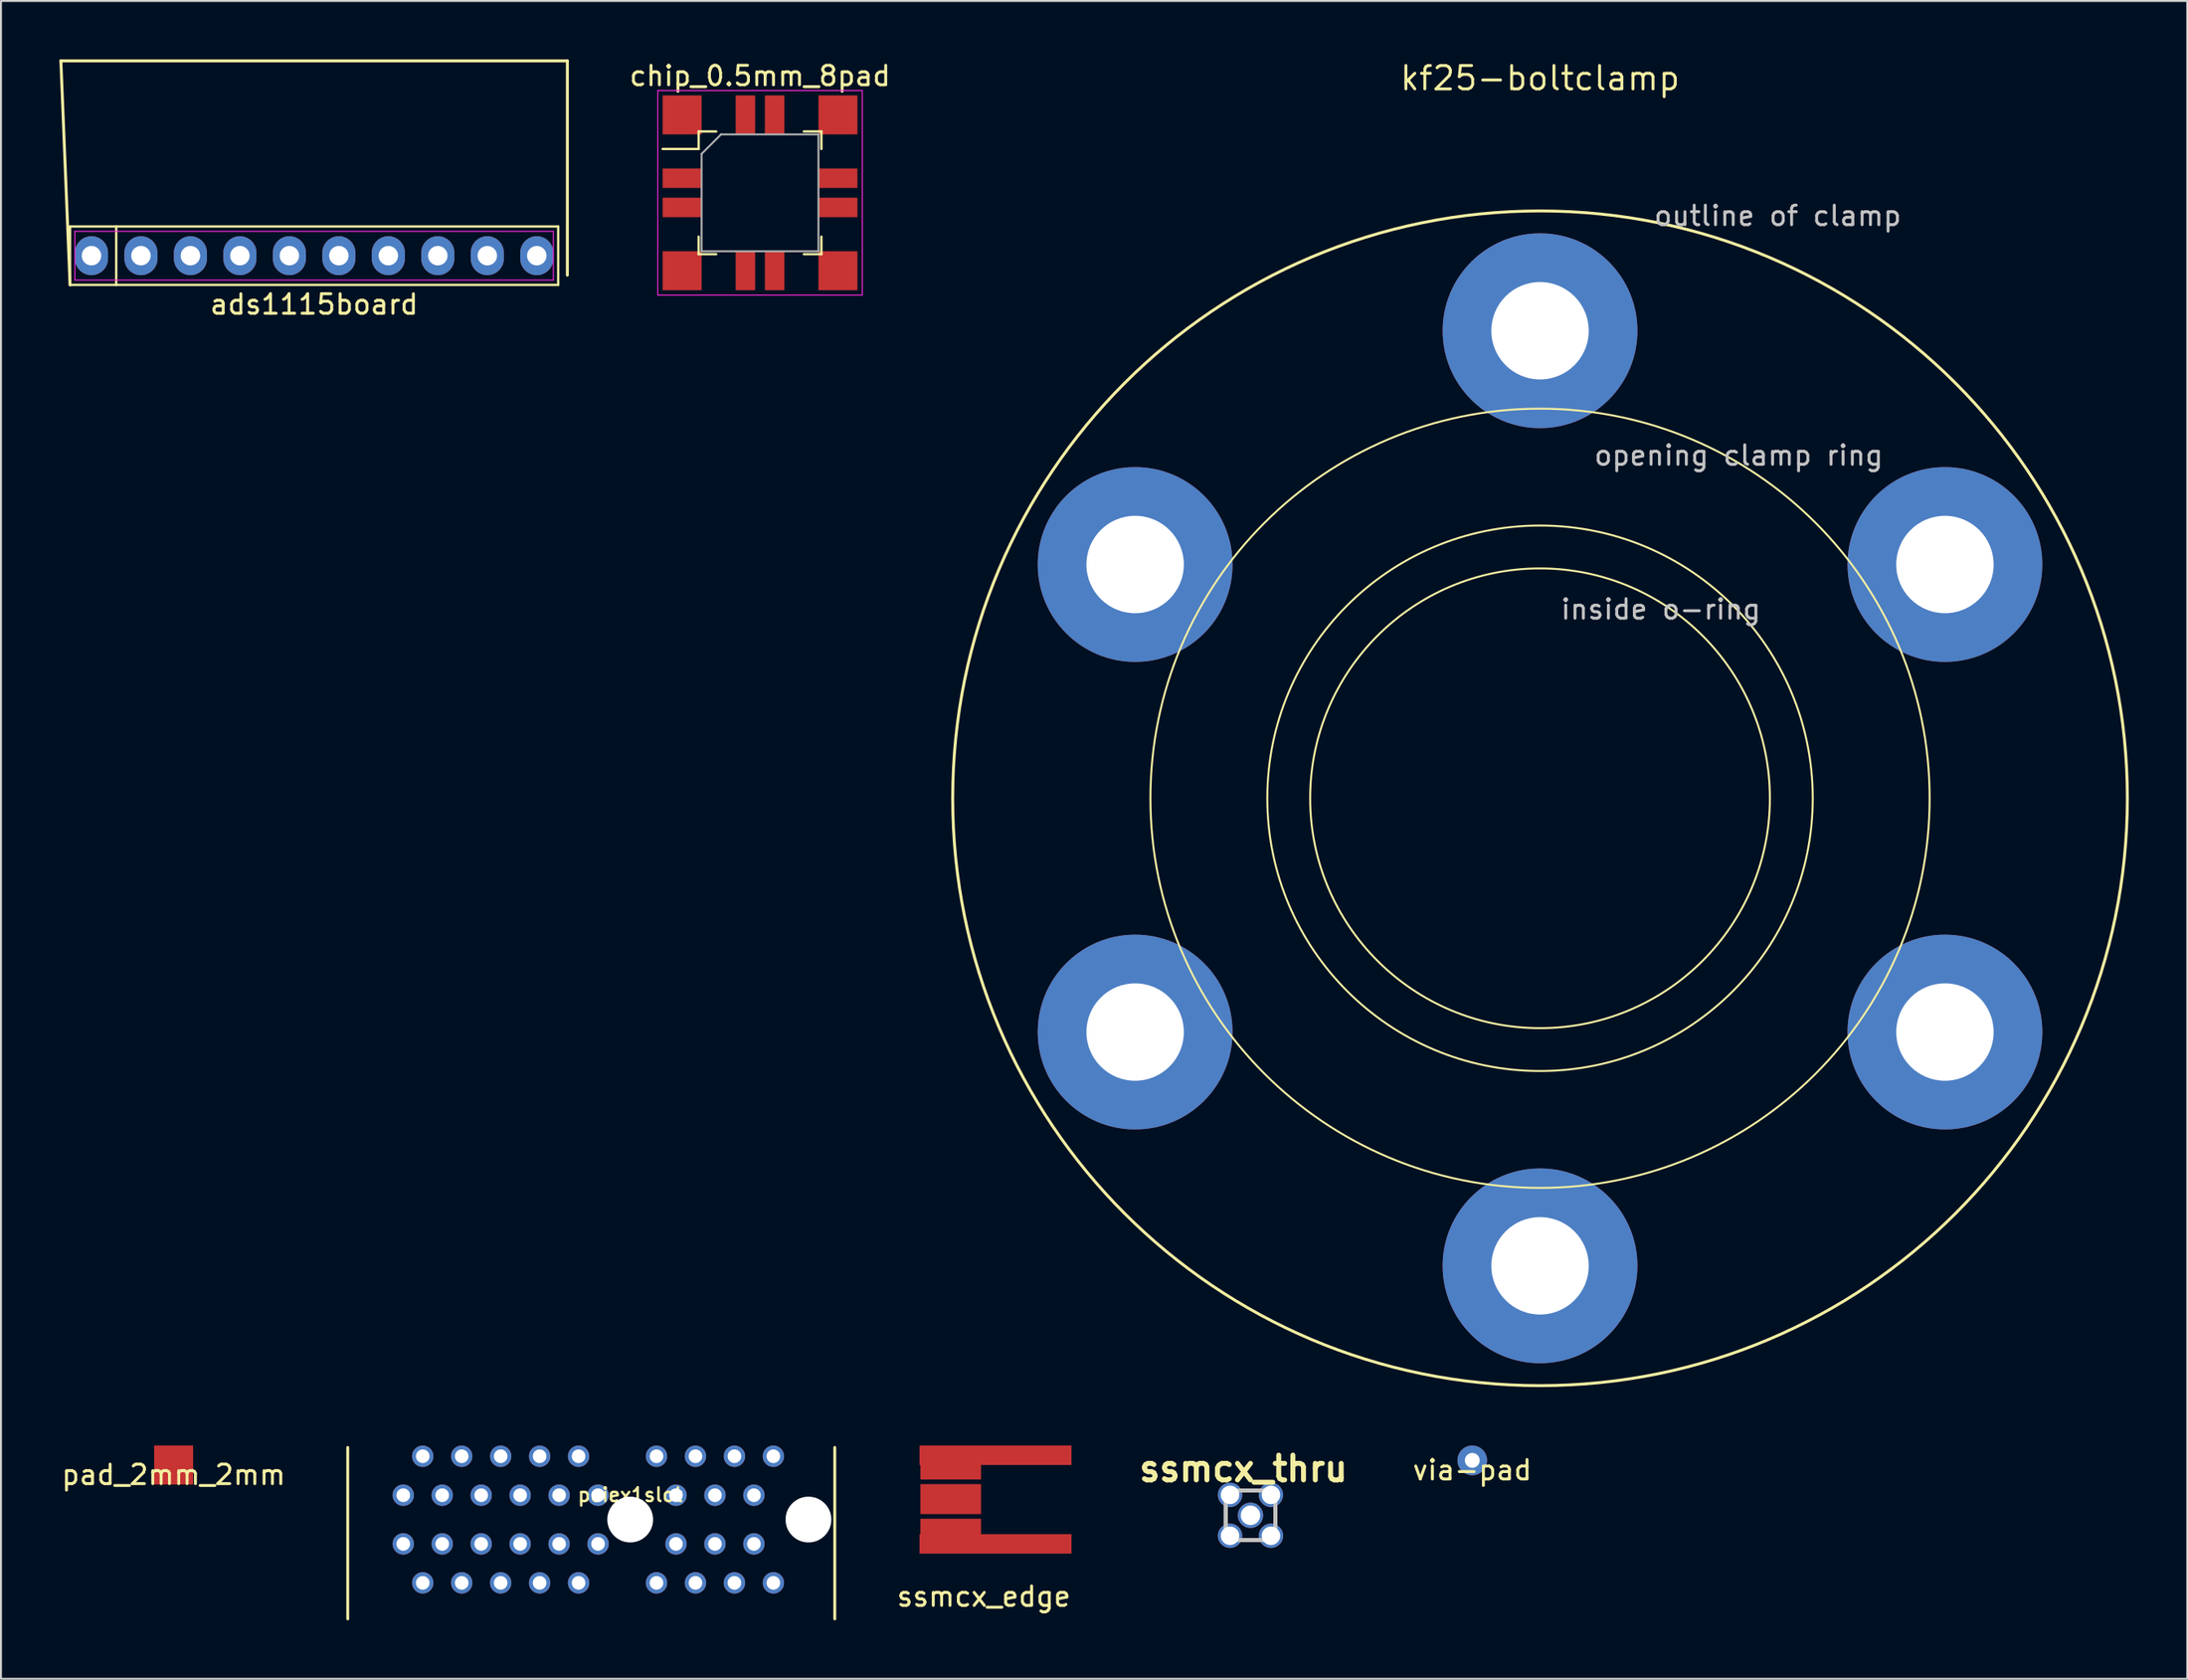
<source format=kicad_pcb>
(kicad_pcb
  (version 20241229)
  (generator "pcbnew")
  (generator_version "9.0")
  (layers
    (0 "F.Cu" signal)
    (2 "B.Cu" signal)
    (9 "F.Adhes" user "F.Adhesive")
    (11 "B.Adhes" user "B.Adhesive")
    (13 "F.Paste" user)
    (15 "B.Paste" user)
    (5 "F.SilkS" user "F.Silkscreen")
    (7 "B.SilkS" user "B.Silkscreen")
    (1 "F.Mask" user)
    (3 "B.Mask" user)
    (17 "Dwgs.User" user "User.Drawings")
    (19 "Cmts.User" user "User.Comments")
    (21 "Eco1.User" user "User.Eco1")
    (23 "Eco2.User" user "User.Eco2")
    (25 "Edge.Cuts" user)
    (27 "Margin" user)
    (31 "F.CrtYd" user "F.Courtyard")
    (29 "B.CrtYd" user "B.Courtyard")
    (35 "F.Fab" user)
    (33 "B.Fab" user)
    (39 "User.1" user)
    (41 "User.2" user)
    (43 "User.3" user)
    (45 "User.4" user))
  (footprint "pciex1slot"
    (layer "F.Cu")
    (at 29.301 74.953)
    (property "Reference" "pciex1slot" (at 0 -1.27 0) (layer "F.SilkS") (effects (font (size 0.7 0.7) (thickness 0.127))))
    (attr smd)
    (fp_line (start -14.5 -3.7) (end -14.5 5.1) (stroke (width 0.15) (type solid)) (layer "F.SilkS"))
    (fp_line (start 10.5 -3.7) (end 10.5 5.1) (stroke (width 0.15) (type solid)) (layer "F.SilkS"))
    (pad "" np_thru_hole circle (at 0 0) (size 2.35 2.35) (drill 2.35) (layers "*.Cu" "*.Mask"))
    (pad "" np_thru_hole circle (at 9.15 0) (size 2.35 2.35) (drill 2.35) (layers "*.Cu" "*.Mask"))
    (pad "A1" thru_hole circle (at -11.65 -1.25) (size 1.1 1.1) (drill 0.7) (layers "*.Cu" "*.Mask"))
    (pad "A2" thru_hole circle (at -10.65 -3.25) (size 1.1 1.1) (drill 0.7) (layers "*.Cu" "*.Mask"))
    (pad "A3" thru_hole circle (at -9.65 -1.25) (size 1.1 1.1) (drill 0.7) (layers "*.Cu" "*.Mask"))
    (pad "A4" thru_hole circle (at -8.65 -3.25) (size 1.1 1.1) (drill 0.7) (layers "*.Cu" "*.Mask"))
    (pad "A5" thru_hole circle (at -7.65 -1.25) (size 1.1 1.1) (drill 0.7) (layers "*.Cu" "*.Mask"))
    (pad "A6" thru_hole circle (at -6.65 -3.25) (size 1.1 1.1) (drill 0.7) (layers "*.Cu" "*.Mask"))
    (pad "A7" thru_hole circle (at -5.65 -1.25) (size 1.1 1.1) (drill 0.7) (layers "*.Cu" "*.Mask"))
    (pad "A8" thru_hole circle (at -4.65 -3.25) (size 1.1 1.1) (drill 0.7) (layers "*.Cu" "*.Mask"))
    (pad "A9" thru_hole circle (at -3.65 -1.25) (size 1.1 1.1) (drill 0.7) (layers "*.Cu" "*.Mask"))
    (pad "A10" thru_hole circle (at -2.65 -3.25) (size 1.1 1.1) (drill 0.7) (layers "*.Cu" "*.Mask"))
    (pad "A11" thru_hole circle (at -1.65 -1.25) (size 1.1 1.1) (drill 0.7) (layers "*.Cu" "*.Mask"))
    (pad "A12" thru_hole circle (at 1.35 -3.25) (size 1.1 1.1) (drill 0.7) (layers "*.Cu" "*.Mask"))
    (pad "A13" thru_hole circle (at 2.35 -1.25) (size 1.1 1.1) (drill 0.7) (layers "*.Cu" "*.Mask"))
    (pad "A14" thru_hole circle (at 3.35 -3.25) (size 1.1 1.1) (drill 0.7) (layers "*.Cu" "*.Mask"))
    (pad "A15" thru_hole circle (at 4.35 -1.25) (size 1.1 1.1) (drill 0.7) (layers "*.Cu" "*.Mask"))
    (pad "A16" thru_hole circle (at 5.35 -3.25) (size 1.1 1.1) (drill 0.7) (layers "*.Cu" "*.Mask"))
    (pad "A17" thru_hole circle (at 6.35 -1.25) (size 1.1 1.1) (drill 0.7) (layers "*.Cu" "*.Mask"))
    (pad "A18" thru_hole circle (at 7.35 -3.25) (size 1.1 1.1) (drill 0.7) (layers "*.Cu" "*.Mask"))
    (pad "B1" thru_hole circle (at -11.65 1.25) (size 1.1 1.1) (drill 0.7) (layers "*.Cu" "*.Mask"))
    (pad "B2" thru_hole circle (at -10.65 3.25) (size 1.1 1.1) (drill 0.7) (layers "*.Cu" "*.Mask"))
    (pad "B3" thru_hole circle (at -9.65 1.25) (size 1.1 1.1) (drill 0.7) (layers "*.Cu" "*.Mask"))
    (pad "B4" thru_hole circle (at -8.65 3.25) (size 1.1 1.1) (drill 0.7) (layers "*.Cu" "*.Mask"))
    (pad "B5" thru_hole circle (at -7.65 1.25) (size 1.1 1.1) (drill 0.7) (layers "*.Cu" "*.Mask"))
    (pad "B6" thru_hole circle (at -6.65 3.25) (size 1.1 1.1) (drill 0.7) (layers "*.Cu" "*.Mask"))
    (pad "B7" thru_hole circle (at -5.65 1.25) (size 1.1 1.1) (drill 0.7) (layers "*.Cu" "*.Mask"))
    (pad "B8" thru_hole circle (at -4.65 3.25) (size 1.1 1.1) (drill 0.7) (layers "*.Cu" "*.Mask"))
    (pad "B9" thru_hole circle (at -3.65 1.25) (size 1.1 1.1) (drill 0.7) (layers "*.Cu" "*.Mask"))
    (pad "B10" thru_hole circle (at -2.65 3.25) (size 1.1 1.1) (drill 0.7) (layers "*.Cu" "*.Mask"))
    (pad "B11" thru_hole circle (at -1.65 1.25) (size 1.1 1.1) (drill 0.7) (layers "*.Cu" "*.Mask"))
    (pad "B12" thru_hole circle (at 1.35 3.25) (size 1.1 1.1) (drill 0.7) (layers "*.Cu" "*.Mask"))
    (pad "B13" thru_hole circle (at 2.35 1.25) (size 1.1 1.1) (drill 0.7) (layers "*.Cu" "*.Mask"))
    (pad "B14" thru_hole circle (at 3.35 3.25) (size 1.1 1.1) (drill 0.7) (layers "*.Cu" "*.Mask"))
    (pad "B15" thru_hole circle (at 4.35 1.25) (size 1.1 1.1) (drill 0.7) (layers "*.Cu" "*.Mask"))
    (pad "B16" thru_hole circle (at 5.35 3.25) (size 1.1 1.1) (drill 0.7) (layers "*.Cu" "*.Mask"))
    (pad "B17" thru_hole circle (at 6.35 1.25) (size 1.1 1.1) (drill 0.7) (layers "*.Cu" "*.Mask"))
    (pad "B18" thru_hole circle (at 7.35 3.25) (size 1.1 1.1) (drill 0.7) (layers "*.Cu" "*.Mask")))
  (footprint "via-pad"
    (layer "F.Cu")
    (at 72.528 71.915)
    (property "Reference" "via-pad" (at 0 0.5 0) (layer "F.SilkS") (effects (font (size 1 1) (thickness 0.15))))
    (attr through_hole)
    (pad "1" thru_hole circle (at 0 0) (size 1.524 1.524) (drill 0.762) (layers "*.Cu" "*.Mask")))
  (footprint "ads1115board"
    (layer "F.Cu")
    (at 13.075 10.075)
    (property "Reference" "ads1115board" (at 0 2.5 0) (layer "F.SilkS") (effects (font (size 1 1) (thickness 0.15))))
    (attr through_hole)
    (fp_line (start -13 -10) (end 13 -10) (stroke (width 0.15) (type solid)) (layer "F.SilkS"))
    (fp_line (start -12.53 -1.5) (end 12.53 -1.5) (stroke (width 0.12) (type solid)) (layer "F.SilkS"))
    (fp_line (start -12.53 1.5) (end -13 -10) (stroke (width 0.15) (type solid)) (layer "F.SilkS"))
    (fp_line (start -12.53 1.5) (end -12.53 -1.5) (stroke (width 0.12) (type solid)) (layer "F.SilkS"))
    (fp_line (start -10.16 -1.5) (end -10.16 1.5) (stroke (width 0.12) (type solid)) (layer "F.SilkS"))
    (fp_line (start 12.53 -1.5) (end 12.53 1.5) (stroke (width 0.12) (type solid)) (layer "F.SilkS"))
    (fp_line (start 12.53 1.5) (end -12.53 1.5) (stroke (width 0.12) (type solid)) (layer "F.SilkS"))
    (fp_line (start 13 -10) (end 13 1) (stroke (width 0.15) (type solid)) (layer "F.SilkS"))
    (fp_line (start -12.28 -1.25) (end 12.28 -1.25) (stroke (width 0.05) (type solid)) (layer "F.CrtYd"))
    (fp_line (start -12.28 1.25) (end -12.28 -1.25) (stroke (width 0.05) (type solid)) (layer "F.CrtYd"))
    (fp_line (start 12.28 -1.25) (end 12.28 1.25) (stroke (width 0.05) (type solid)) (layer "F.CrtYd"))
    (fp_line (start 12.28 1.25) (end -12.28 1.25) (stroke (width 0.05) (type solid)) (layer "F.CrtYd"))
    (pad "1" thru_hole oval (at -11.43 0) (size 1.7 2) (drill 1) (layers "*.Cu" "*.Mask"))
    (pad "2" thru_hole oval (at -8.89 0) (size 1.7 2) (drill 1) (layers "*.Cu" "*.Mask"))
    (pad "3" thru_hole oval (at -6.35 0) (size 1.7 2) (drill 1) (layers "*.Cu" "*.Mask"))
    (pad "4" thru_hole oval (at -3.81 0) (size 1.7 2) (drill 1) (layers "*.Cu" "*.Mask"))
    (pad "5" thru_hole oval (at -1.27 0) (size 1.7 2) (drill 1) (layers "*.Cu" "*.Mask"))
    (pad "6" thru_hole oval (at 1.27 0) (size 1.7 2) (drill 1) (layers "*.Cu" "*.Mask"))
    (pad "7" thru_hole oval (at 3.81 0) (size 1.7 2) (drill 1) (layers "*.Cu" "*.Mask"))
    (pad "8" thru_hole oval (at 6.35 0) (size 1.7 2) (drill 1) (layers "*.Cu" "*.Mask"))
    (pad "9" thru_hole oval (at 8.89 0) (size 1.7 2) (drill 1) (layers "*.Cu" "*.Mask"))
    (pad "10" thru_hole oval (at 11.43 0) (size 1.7 2) (drill 1) (layers "*.Cu" "*.Mask")))
  (footprint "kf25-boltclamp"
    (layer "F.Cu")
    (at 76.006 37.928)
    (property "Reference" "kf25-boltclamp" (at 0 -36.963 0) (layer "F.SilkS") (effects (font (size 1.2 1.2) (thickness 0.15))))
    (attr through_hole)
    (fp_circle (center 0 0) (end 0 30.15) (stroke (width 0.15) (type solid)) (fill no) (layer "F.SilkS"))
    (fp_circle (center 0 0) (end 11.8 0) (stroke (width 0.1) (type solid)) (fill no) (layer "F.SilkS"))
    (fp_circle (center 0 0) (end 14 0) (stroke (width 0.1) (type solid)) (fill no) (layer "F.SilkS"))
    (fp_circle (center 0 0) (end 20 0) (stroke (width 0.1) (type solid)) (fill no) (layer "F.SilkS"))
    (fp_text user "outline of clamp" (at 12.2 -29.9 0) (layer "Dwgs.User") (effects (font (size 1 1) (thickness 0.15))))
    (fp_text user "opening clamp ring" (at 10.2 -17.6 0) (layer "Dwgs.User") (effects (font (size 1 1) (thickness 0.15))))
    (fp_text user "inside o-ring" (at 6.2 -9.7 0) (layer "Dwgs.User") (effects (font (size 1 1) (thickness 0.15))))
    (pad "1" thru_hole oval (at 0 -24) (size 10 10) (drill 5) (layers "*.Cu" "*.Mask"))
    (pad "2" thru_hole oval (at 20.785 -12) (size 10 10) (drill 5) (layers "*.Cu" "*.Mask"))
    (pad "3" thru_hole oval (at 20.785 12) (size 10 10) (drill 5) (layers "*.Cu" "*.Mask"))
    (pad "4" thru_hole oval (at 0 24) (size 10 10) (drill 5) (layers "*.Cu" "*.Mask"))
    (pad "5" thru_hole oval (at -20.785 12) (size 10 10) (drill 5) (layers "*.Cu" "*.Mask"))
    (pad "6" thru_hole oval (at -20.785 -12) (size 10 10) (drill 5) (layers "*.Cu" "*.Mask")))
  (footprint "pad_2mm_2mm"
    (layer "F.Cu")
    (at 5.863 72.153)
    (property "Reference" "pad_2mm_2mm" (at 0 0.5 0) (layer "F.SilkS") (effects (font (size 1 1) (thickness 0.15))))
    (attr through_hole)
    (pad "1" smd rect (at 0 0) (size 2 2) (layers "F.Cu" "F.Mask" "F.Paste")))
  (footprint "ssmcx_edge"
    (layer "F.Cu")
    (at 51.954 73.903)
    (property "Reference" "ssmcx_edge" (at -4.5 5 0) (layer "F.SilkS") (effects (font (size 1 1) (thickness 0.15))))
    (attr through_hole)
    (fp_line (start -4.5 -1.765) (end -4.5 1.765) (stroke (width 0.1) (type solid)) (layer "Margin"))
    (fp_line (start -4.5 -1.765) (end 0 -1.765) (stroke (width 0.1) (type solid)) (layer "Margin"))
    (fp_line (start -4.5 1.765) (end 0 1.765) (stroke (width 0.1) (type solid)) (layer "Margin"))
    (fp_line (start 0 -2.5) (end 0 -1.765) (stroke (width 0.1) (type solid)) (layer "Margin"))
    (fp_line (start 0 1.765) (end 0 2.5) (stroke (width 0.1) (type solid)) (layer "Margin"))
    (pad "1" smd rect (at -6.2 0 90) (size 1.54 3.11) (layers "F.Cu" "F.Mask" "F.Paste"))
    (pad "2" smd rect (at -6.2 -1.778 90) (size 1.54 3.11) (layers "F.Cu" "F.Mask" "F.Paste"))
    (pad "2" smd rect (at -6.2 1.778 90) (size 1.54 3.11) (layers "F.Cu" "F.Mask" "F.Paste"))
    (pad "2" smd rect (at -3.9 -2.25 90) (size 1 7.8) (layers "F.Cu" "F.Mask" "F.Paste"))
    (pad "2" smd rect (at -3.9 2.3 90) (size 1 7.8) (layers "F.Cu" "F.Mask" "F.Paste")))
  (footprint "chip_0.5mm_8pad"
    (layer "F.Cu")
    (at 35.965 6.848)
    (property "Reference" "chip_0.5mm_8pad" (at 0 -6 0) (layer "F.SilkS") (effects (font (size 1 1) (thickness 0.15))))
    (attr smd)
    (fp_line (start -3.15 -3.15) (end -3.15 -2.25) (stroke (width 0.12) (type solid)) (layer "F.SilkS"))
    (fp_line (start -3.15 -2.25) (end -5 -2.25) (stroke (width 0.12) (type solid)) (layer "F.SilkS"))
    (fp_line (start -3.15 3.15) (end -3.15 2.25) (stroke (width 0.12) (type solid)) (layer "F.SilkS"))
    (fp_line (start -2.25 -3.15) (end -3.15 -3.15) (stroke (width 0.12) (type solid)) (layer "F.SilkS"))
    (fp_line (start -2.25 3.15) (end -3.15 3.15) (stroke (width 0.12) (type solid)) (layer "F.SilkS"))
    (fp_line (start 2.25 -3.15) (end 3.15 -3.15) (stroke (width 0.12) (type solid)) (layer "F.SilkS"))
    (fp_line (start 2.25 3.15) (end 3.15 3.15) (stroke (width 0.12) (type solid)) (layer "F.SilkS"))
    (fp_line (start 3.15 -3.15) (end 3.15 -2.25) (stroke (width 0.12) (type solid)) (layer "F.SilkS"))
    (fp_line (start 3.15 3.15) (end 3.15 2.25) (stroke (width 0.12) (type solid)) (layer "F.SilkS"))
    (fp_line (start -5.25 -5.25) (end 5.25 -5.25) (stroke (width 0.05) (type solid)) (layer "F.CrtYd"))
    (fp_line (start -5.25 5.25) (end -5.25 -5.25) (stroke (width 0.05) (type solid)) (layer "F.CrtYd"))
    (fp_line (start 5.25 -5.25) (end 5.25 5.25) (stroke (width 0.05) (type solid)) (layer "F.CrtYd"))
    (fp_line (start 5.25 5.25) (end -5.25 5.25) (stroke (width 0.05) (type solid)) (layer "F.CrtYd"))
    (fp_line (start -3 -2) (end -3 3) (stroke (width 0.1) (type solid)) (layer "F.Fab"))
    (fp_line (start -3 3) (end 3 3) (stroke (width 0.1) (type solid)) (layer "F.Fab"))
    (fp_line (start -2 -3) (end -3 -2) (stroke (width 0.1) (type solid)) (layer "F.Fab"))
    (fp_line (start 3 -3) (end -2 -3) (stroke (width 0.1) (type solid)) (layer "F.Fab"))
    (fp_line (start 3 3) (end 3 -3) (stroke (width 0.1) (type solid)) (layer "F.Fab"))
    (pad "1" smd rect (at -4 -0.75 90) (size 1 2) (layers "F.Cu" "F.Mask" "F.Paste"))
    (pad "2" smd rect (at -4 0.75 90) (size 1 2) (layers "F.Cu" "F.Mask" "F.Paste"))
    (pad "3" smd rect (at -0.75 4) (size 1 2) (layers "F.Cu" "F.Mask" "F.Paste"))
    (pad "4" smd rect (at 0.75 4) (size 1 2) (layers "F.Cu" "F.Mask" "F.Paste"))
    (pad "5" smd rect (at 4 0.75 90) (size 1 2) (layers "F.Cu" "F.Mask" "F.Paste"))
    (pad "6" smd rect (at 4 -0.75 90) (size 1 2) (layers "F.Cu" "F.Mask" "F.Paste"))
    (pad "7" smd rect (at 0.75 -4) (size 1 2) (layers "F.Cu" "F.Mask" "F.Paste"))
    (pad "8" smd rect (at -0.75 -4) (size 1 2) (layers "F.Cu" "F.Mask" "F.Paste"))
    (pad "9" smd rect (at -4 -4 90) (size 2 2) (layers "F.Cu" "F.Mask" "F.Paste"))
    (pad "9" smd rect (at -4 4 90) (size 2 2) (layers "F.Cu" "F.Mask" "F.Paste"))
    (pad "9" smd rect (at 4 -4 90) (size 2 2) (layers "F.Cu" "F.Mask" "F.Paste"))
    (pad "9" smd rect (at 4 4 90) (size 2 2) (layers "F.Cu" "F.Mask" "F.Paste")))
  (footprint "ssmcx_thru"
    (layer "F.Cu")
    (at 61.143 74.735)
    (property "Reference" "ssmcx_thru" (at -0.364 -2.393 0) (layer "F.SilkS") (effects (font (size 1.27 1.27) (thickness 0.254))))
    (attr through_hole)
    (fp_line (start -1.275 -0.5) (end -1.275 0.5) (stroke (width 0.2) (type solid)) (layer "F.SilkS"))
    (fp_line (start -0.5 -1.275) (end 0.5 -1.275) (stroke (width 0.2) (type solid)) (layer "F.SilkS"))
    (fp_line (start -0.5 1.275) (end 0.5 1.275) (stroke (width 0.2) (type solid)) (layer "F.SilkS"))
    (fp_line (start 1.275 -0.5) (end 1.275 0.5) (stroke (width 0.2) (type solid)) (layer "F.SilkS"))
    (fp_line (start -1.275 -1.275) (end 1.275 -1.275) (stroke (width 0.2) (type solid)) (layer "Dwgs.User"))
    (fp_line (start -1.275 1.275) (end -1.275 -1.275) (stroke (width 0.2) (type solid)) (layer "Dwgs.User"))
    (fp_line (start 1.275 -1.275) (end 1.275 1.275) (stroke (width 0.2) (type solid)) (layer "Dwgs.User"))
    (fp_line (start 1.275 1.275) (end -1.275 1.275) (stroke (width 0.2) (type solid)) (layer "Dwgs.User"))
    (pad "1" thru_hole circle (at 0 0 90) (size 1.3 1.3) (drill 1) (layers "*.Cu" "*.Mask"))
    (pad "2" thru_hole circle (at -1.05 -1.05 90) (size 1.25 1.25) (drill 0.95) (layers "*.Cu" "*.Mask"))
    (pad "2" thru_hole circle (at -1.05 1.05 90) (size 1.25 1.25) (drill 0.95) (layers "*.Cu" "*.Mask"))
    (pad "2" thru_hole circle (at 1.05 -1.05 90) (size 1.25 1.25) (drill 0.95) (layers "*.Cu" "*.Mask"))
    (pad "2" thru_hole circle (at 1.05 1.05 90) (size 1.25 1.25) (drill 0.95) (layers "*.Cu" "*.Mask")))
  (gr_rect
    (start -3 -3)
    (end 109.231 83.128)
    (stroke (width 0.1) (type default))
    (fill no)
    (layer "Edge.Cuts")))
</source>
